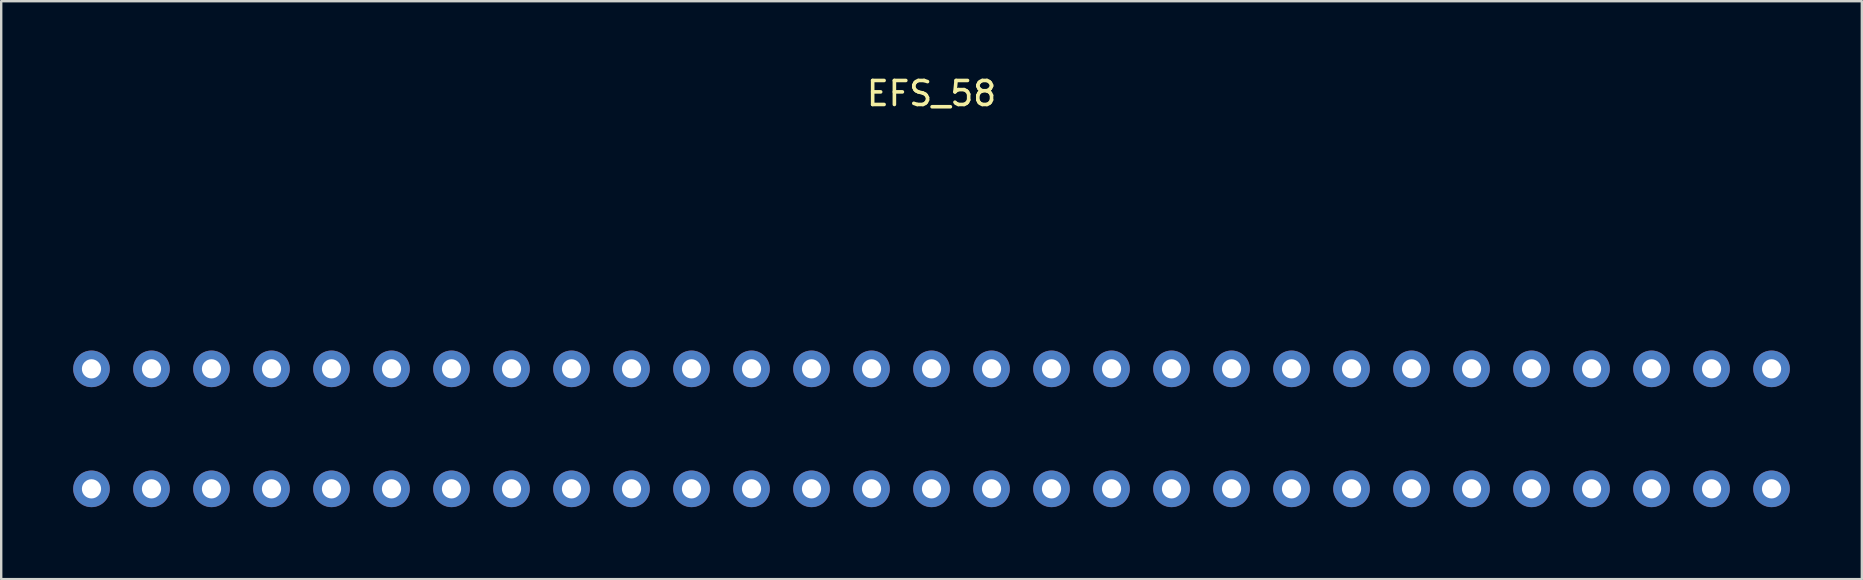
<source format=kicad_pcb>
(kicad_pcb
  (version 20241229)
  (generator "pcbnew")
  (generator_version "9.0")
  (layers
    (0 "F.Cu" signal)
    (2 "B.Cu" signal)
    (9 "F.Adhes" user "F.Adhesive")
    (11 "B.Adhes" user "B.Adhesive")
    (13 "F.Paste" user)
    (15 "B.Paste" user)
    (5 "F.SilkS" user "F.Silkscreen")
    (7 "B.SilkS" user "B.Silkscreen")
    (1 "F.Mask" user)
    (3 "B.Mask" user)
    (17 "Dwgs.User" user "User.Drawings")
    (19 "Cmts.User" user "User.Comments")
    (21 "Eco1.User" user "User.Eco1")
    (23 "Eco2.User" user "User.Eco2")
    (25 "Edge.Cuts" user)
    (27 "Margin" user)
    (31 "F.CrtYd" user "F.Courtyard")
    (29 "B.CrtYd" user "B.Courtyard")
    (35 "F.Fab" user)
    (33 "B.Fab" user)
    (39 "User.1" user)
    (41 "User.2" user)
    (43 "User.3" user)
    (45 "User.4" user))
  (footprint "EFS_58"
    (layer "F.Cu")
    (at 35.762 14.818)
    (property "Reference" "EFS_58" (at 0 -13.97 0) (layer "F.SilkS") (effects (font (size 1 1) (thickness 0.15))))
    (attr through_hole)
    (pad "A1" thru_hole circle (at -35 2.5) (size 1.524 1.524) (drill 0.8) (layers "*.Cu" "*.Mask"))
    (pad "A2" thru_hole circle (at -32.5 2.5) (size 1.524 1.524) (drill 0.8) (layers "*.Cu" "*.Mask"))
    (pad "A3" thru_hole circle (at -30 2.5) (size 1.524 1.524) (drill 0.8) (layers "*.Cu" "*.Mask"))
    (pad "A4" thru_hole circle (at -27.5 2.5) (size 1.524 1.524) (drill 0.8) (layers "*.Cu" "*.Mask"))
    (pad "A5" thru_hole circle (at -25 2.5) (size 1.524 1.524) (drill 0.8) (layers "*.Cu" "*.Mask"))
    (pad "A6" thru_hole circle (at -22.5 2.5) (size 1.524 1.524) (drill 0.8) (layers "*.Cu" "*.Mask"))
    (pad "A7" thru_hole circle (at -20 2.5) (size 1.524 1.524) (drill 0.8) (layers "*.Cu" "*.Mask"))
    (pad "A8" thru_hole circle (at -17.5 2.5) (size 1.524 1.524) (drill 0.8) (layers "*.Cu" "*.Mask"))
    (pad "A9" thru_hole circle (at -15 2.5) (size 1.524 1.524) (drill 0.8) (layers "*.Cu" "*.Mask"))
    (pad "A10" thru_hole circle (at -12.5 2.5) (size 1.524 1.524) (drill 0.8) (layers "*.Cu" "*.Mask"))
    (pad "A11" thru_hole circle (at -10 2.5) (size 1.524 1.524) (drill 0.8) (layers "*.Cu" "*.Mask"))
    (pad "A12" thru_hole circle (at -7.5 2.5) (size 1.524 1.524) (drill 0.8) (layers "*.Cu" "*.Mask"))
    (pad "A13" thru_hole circle (at -5 2.5) (size 1.524 1.524) (drill 0.8) (layers "*.Cu" "*.Mask"))
    (pad "A14" thru_hole circle (at -2.5 2.5) (size 1.524 1.524) (drill 0.8) (layers "*.Cu" "*.Mask"))
    (pad "A15" thru_hole circle (at 0 2.5) (size 1.524 1.524) (drill 0.8) (layers "*.Cu" "*.Mask"))
    (pad "A16" thru_hole circle (at 2.5 2.5) (size 1.524 1.524) (drill 0.8) (layers "*.Cu" "*.Mask"))
    (pad "A17" thru_hole circle (at 5 2.5) (size 1.524 1.524) (drill 0.8) (layers "*.Cu" "*.Mask"))
    (pad "A18" thru_hole circle (at 7.5 2.5) (size 1.524 1.524) (drill 0.8) (layers "*.Cu" "*.Mask"))
    (pad "A19" thru_hole circle (at 10 2.5) (size 1.524 1.524) (drill 0.8) (layers "*.Cu" "*.Mask"))
    (pad "A20" thru_hole circle (at 12.5 2.5) (size 1.524 1.524) (drill 0.8) (layers "*.Cu" "*.Mask"))
    (pad "A21" thru_hole circle (at 15 2.5) (size 1.524 1.524) (drill 0.8) (layers "*.Cu" "*.Mask"))
    (pad "A22" thru_hole circle (at 17.5 2.5) (size 1.524 1.524) (drill 0.8) (layers "*.Cu" "*.Mask"))
    (pad "A23" thru_hole circle (at 20 2.5) (size 1.524 1.524) (drill 0.8) (layers "*.Cu" "*.Mask"))
    (pad "A24" thru_hole circle (at 22.5 2.5) (size 1.524 1.524) (drill 0.8) (layers "*.Cu" "*.Mask"))
    (pad "A25" thru_hole circle (at 25 2.5) (size 1.524 1.524) (drill 0.8) (layers "*.Cu" "*.Mask"))
    (pad "A26" thru_hole circle (at 27.5 2.5) (size 1.524 1.524) (drill 0.8) (layers "*.Cu" "*.Mask"))
    (pad "A27" thru_hole circle (at 30 2.5) (size 1.524 1.524) (drill 0.8) (layers "*.Cu" "*.Mask"))
    (pad "A28" thru_hole circle (at 32.5 2.5) (size 1.524 1.524) (drill 0.8) (layers "*.Cu" "*.Mask"))
    (pad "A29" thru_hole circle (at 35 2.5) (size 1.524 1.524) (drill 0.8) (layers "*.Cu" "*.Mask"))
    (pad "B1" thru_hole circle (at -35 -2.5) (size 1.524 1.524) (drill 0.8) (layers "*.Cu" "*.Mask"))
    (pad "B2" thru_hole circle (at -32.5 -2.5) (size 1.524 1.524) (drill 0.8) (layers "*.Cu" "*.Mask"))
    (pad "B3" thru_hole circle (at -30 -2.5) (size 1.524 1.524) (drill 0.8) (layers "*.Cu" "*.Mask"))
    (pad "B4" thru_hole circle (at -27.5 -2.5) (size 1.524 1.524) (drill 0.8) (layers "*.Cu" "*.Mask"))
    (pad "B5" thru_hole circle (at -25 -2.5) (size 1.524 1.524) (drill 0.8) (layers "*.Cu" "*.Mask"))
    (pad "B6" thru_hole circle (at -22.5 -2.5) (size 1.524 1.524) (drill 0.8) (layers "*.Cu" "*.Mask"))
    (pad "B7" thru_hole circle (at -20 -2.5) (size 1.524 1.524) (drill 0.8) (layers "*.Cu" "*.Mask"))
    (pad "B8" thru_hole circle (at -17.5 -2.5) (size 1.524 1.524) (drill 0.8) (layers "*.Cu" "*.Mask"))
    (pad "B9" thru_hole circle (at -15 -2.5) (size 1.524 1.524) (drill 0.8) (layers "*.Cu" "*.Mask"))
    (pad "B10" thru_hole circle (at -12.5 -2.5) (size 1.524 1.524) (drill 0.8) (layers "*.Cu" "*.Mask"))
    (pad "B11" thru_hole circle (at -10 -2.5) (size 1.524 1.524) (drill 0.8) (layers "*.Cu" "*.Mask"))
    (pad "B12" thru_hole circle (at -7.5 -2.5) (size 1.524 1.524) (drill 0.8) (layers "*.Cu" "*.Mask"))
    (pad "B13" thru_hole circle (at -5 -2.5) (size 1.524 1.524) (drill 0.8) (layers "*.Cu" "*.Mask"))
    (pad "B14" thru_hole circle (at -2.5 -2.5) (size 1.524 1.524) (drill 0.8) (layers "*.Cu" "*.Mask"))
    (pad "B15" thru_hole circle (at 0 -2.5) (size 1.524 1.524) (drill 0.8) (layers "*.Cu" "*.Mask"))
    (pad "B16" thru_hole circle (at 2.5 -2.5) (size 1.524 1.524) (drill 0.8) (layers "*.Cu" "*.Mask"))
    (pad "B17" thru_hole circle (at 5 -2.5) (size 1.524 1.524) (drill 0.8) (layers "*.Cu" "*.Mask"))
    (pad "B18" thru_hole circle (at 7.5 -2.5) (size 1.524 1.524) (drill 0.8) (layers "*.Cu" "*.Mask"))
    (pad "B19" thru_hole circle (at 10 -2.5) (size 1.524 1.524) (drill 0.8) (layers "*.Cu" "*.Mask"))
    (pad "B20" thru_hole circle (at 12.5 -2.5) (size 1.524 1.524) (drill 0.8) (layers "*.Cu" "*.Mask"))
    (pad "B21" thru_hole circle (at 15 -2.5) (size 1.524 1.524) (drill 0.8) (layers "*.Cu" "*.Mask"))
    (pad "B22" thru_hole circle (at 17.5 -2.5) (size 1.524 1.524) (drill 0.8) (layers "*.Cu" "*.Mask"))
    (pad "B23" thru_hole circle (at 20 -2.5) (size 1.524 1.524) (drill 0.8) (layers "*.Cu" "*.Mask"))
    (pad "B24" thru_hole circle (at 22.5 -2.5) (size 1.524 1.524) (drill 0.8) (layers "*.Cu" "*.Mask"))
    (pad "B25" thru_hole circle (at 25 -2.5) (size 1.524 1.524) (drill 0.8) (layers "*.Cu" "*.Mask"))
    (pad "B26" thru_hole circle (at 27.5 -2.5) (size 1.524 1.524) (drill 0.8) (layers "*.Cu" "*.Mask"))
    (pad "B27" thru_hole circle (at 30 -2.5) (size 1.524 1.524) (drill 0.8) (layers "*.Cu" "*.Mask"))
    (pad "B28" thru_hole circle (at 32.5 -2.5) (size 1.524 1.524) (drill 0.8) (layers "*.Cu" "*.Mask"))
    (pad "B29" thru_hole circle (at 35 -2.5) (size 1.524 1.524) (drill 0.8) (layers "*.Cu" "*.Mask")))
  (gr_rect
    (start -3 -3)
    (end 74.524 21.08)
    (stroke (width 0.1) (type default))
    (fill no)
    (layer "Edge.Cuts")))
</source>
